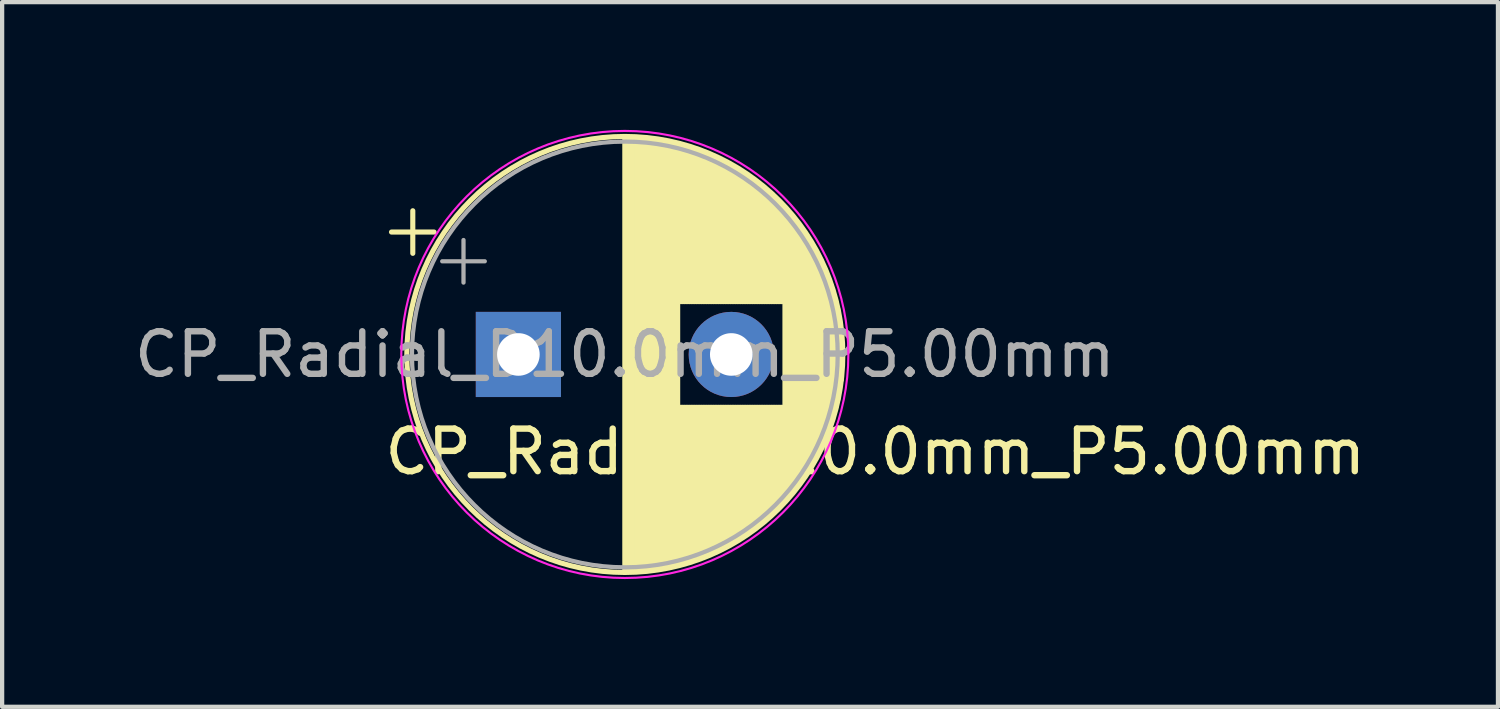
<source format=kicad_pcb>
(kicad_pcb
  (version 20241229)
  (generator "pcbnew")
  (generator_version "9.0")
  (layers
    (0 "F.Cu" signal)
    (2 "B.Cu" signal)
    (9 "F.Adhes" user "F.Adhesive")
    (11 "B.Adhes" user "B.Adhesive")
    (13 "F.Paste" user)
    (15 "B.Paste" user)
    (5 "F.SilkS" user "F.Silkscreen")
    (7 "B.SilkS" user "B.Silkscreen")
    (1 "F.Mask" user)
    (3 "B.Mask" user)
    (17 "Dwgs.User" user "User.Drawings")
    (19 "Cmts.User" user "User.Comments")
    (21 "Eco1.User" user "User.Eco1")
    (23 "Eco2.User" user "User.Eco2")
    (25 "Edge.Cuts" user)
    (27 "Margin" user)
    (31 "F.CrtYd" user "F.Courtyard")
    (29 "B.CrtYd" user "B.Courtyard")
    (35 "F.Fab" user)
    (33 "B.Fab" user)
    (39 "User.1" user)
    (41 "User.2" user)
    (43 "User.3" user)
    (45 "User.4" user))
  (footprint "CP_Radial_D10.0mm_P5.00mm"
    (layer "F.Cu")
    (at 9.125 5.275)
    (property "Reference" "CP_Radial_D10.0mm_P5.00mm" (at 8.382 2.286 0) (layer "F.SilkS") (effects (font (size 1 1) (thickness 0.15))))
    (attr through_hole)
    (fp_line (start -2.98 -2.875) (end -1.98 -2.875) (stroke (width 0.12) (type solid)) (layer "F.SilkS"))
    (fp_line (start -2.48 -3.375) (end -2.48 -2.375) (stroke (width 0.12) (type solid)) (layer "F.SilkS"))
    (fp_line (start 2.5 -5.08) (end 2.5 5.08) (stroke (width 0.12) (type solid)) (layer "F.SilkS"))
    (fp_line (start 2.54 -5.08) (end 2.54 5.08) (stroke (width 0.12) (type solid)) (layer "F.SilkS"))
    (fp_line (start 2.58 -5.08) (end 2.58 5.08) (stroke (width 0.12) (type solid)) (layer "F.SilkS"))
    (fp_line (start 2.62 -5.079) (end 2.62 5.079) (stroke (width 0.12) (type solid)) (layer "F.SilkS"))
    (fp_line (start 2.66 -5.078) (end 2.66 5.078) (stroke (width 0.12) (type solid)) (layer "F.SilkS"))
    (fp_line (start 2.7 -5.077) (end 2.7 5.077) (stroke (width 0.12) (type solid)) (layer "F.SilkS"))
    (fp_line (start 2.74 -5.075) (end 2.74 5.075) (stroke (width 0.12) (type solid)) (layer "F.SilkS"))
    (fp_line (start 2.78 -5.073) (end 2.78 5.073) (stroke (width 0.12) (type solid)) (layer "F.SilkS"))
    (fp_line (start 2.82 -5.07) (end 2.82 5.07) (stroke (width 0.12) (type solid)) (layer "F.SilkS"))
    (fp_line (start 2.86 -5.068) (end 2.86 5.068) (stroke (width 0.12) (type solid)) (layer "F.SilkS"))
    (fp_line (start 2.9 -5.065) (end 2.9 5.065) (stroke (width 0.12) (type solid)) (layer "F.SilkS"))
    (fp_line (start 2.94 -5.062) (end 2.94 5.062) (stroke (width 0.12) (type solid)) (layer "F.SilkS"))
    (fp_line (start 2.98 -5.058) (end 2.98 5.058) (stroke (width 0.12) (type solid)) (layer "F.SilkS"))
    (fp_line (start 3.02 -5.054) (end 3.02 5.054) (stroke (width 0.12) (type solid)) (layer "F.SilkS"))
    (fp_line (start 3.06 -5.05) (end 3.06 5.05) (stroke (width 0.12) (type solid)) (layer "F.SilkS"))
    (fp_line (start 3.1 -5.045) (end 3.1 5.045) (stroke (width 0.12) (type solid)) (layer "F.SilkS"))
    (fp_line (start 3.14 -5.04) (end 3.14 5.04) (stroke (width 0.12) (type solid)) (layer "F.SilkS"))
    (fp_line (start 3.18 -5.035) (end 3.18 5.035) (stroke (width 0.12) (type solid)) (layer "F.SilkS"))
    (fp_line (start 3.221 -5.03) (end 3.221 5.03) (stroke (width 0.12) (type solid)) (layer "F.SilkS"))
    (fp_line (start 3.261 -5.024) (end 3.261 5.024) (stroke (width 0.12) (type solid)) (layer "F.SilkS"))
    (fp_line (start 3.301 -5.018) (end 3.301 5.018) (stroke (width 0.12) (type solid)) (layer "F.SilkS"))
    (fp_line (start 3.341 -5.011) (end 3.341 5.011) (stroke (width 0.12) (type solid)) (layer "F.SilkS"))
    (fp_line (start 3.381 -5.004) (end 3.381 5.004) (stroke (width 0.12) (type solid)) (layer "F.SilkS"))
    (fp_line (start 3.421 -4.997) (end 3.421 4.997) (stroke (width 0.12) (type solid)) (layer "F.SilkS"))
    (fp_line (start 3.461 -4.99) (end 3.461 4.99) (stroke (width 0.12) (type solid)) (layer "F.SilkS"))
    (fp_line (start 3.501 -4.982) (end 3.501 4.982) (stroke (width 0.12) (type solid)) (layer "F.SilkS"))
    (fp_line (start 3.541 -4.974) (end 3.541 4.974) (stroke (width 0.12) (type solid)) (layer "F.SilkS"))
    (fp_line (start 3.581 -4.965) (end 3.581 4.965) (stroke (width 0.12) (type solid)) (layer "F.SilkS"))
    (fp_line (start 3.621 -4.956) (end 3.621 4.956) (stroke (width 0.12) (type solid)) (layer "F.SilkS"))
    (fp_line (start 3.661 -4.947) (end 3.661 4.947) (stroke (width 0.12) (type solid)) (layer "F.SilkS"))
    (fp_line (start 3.701 -4.938) (end 3.701 4.938) (stroke (width 0.12) (type solid)) (layer "F.SilkS"))
    (fp_line (start 3.741 -4.928) (end 3.741 4.928) (stroke (width 0.12) (type solid)) (layer "F.SilkS"))
    (fp_line (start 3.781 -4.918) (end 3.781 -1.241) (stroke (width 0.12) (type solid)) (layer "F.SilkS"))
    (fp_line (start 3.781 1.241) (end 3.781 4.918) (stroke (width 0.12) (type solid)) (layer "F.SilkS"))
    (fp_line (start 3.821 -4.907) (end 3.821 -1.241) (stroke (width 0.12) (type solid)) (layer "F.SilkS"))
    (fp_line (start 3.821 1.241) (end 3.821 4.907) (stroke (width 0.12) (type solid)) (layer "F.SilkS"))
    (fp_line (start 3.861 -4.897) (end 3.861 -1.241) (stroke (width 0.12) (type solid)) (layer "F.SilkS"))
    (fp_line (start 3.861 1.241) (end 3.861 4.897) (stroke (width 0.12) (type solid)) (layer "F.SilkS"))
    (fp_line (start 3.901 -4.885) (end 3.901 -1.241) (stroke (width 0.12) (type solid)) (layer "F.SilkS"))
    (fp_line (start 3.901 1.241) (end 3.901 4.885) (stroke (width 0.12) (type solid)) (layer "F.SilkS"))
    (fp_line (start 3.941 -4.874) (end 3.941 -1.241) (stroke (width 0.12) (type solid)) (layer "F.SilkS"))
    (fp_line (start 3.941 1.241) (end 3.941 4.874) (stroke (width 0.12) (type solid)) (layer "F.SilkS"))
    (fp_line (start 3.981 -4.862) (end 3.981 -1.241) (stroke (width 0.12) (type solid)) (layer "F.SilkS"))
    (fp_line (start 3.981 1.241) (end 3.981 4.862) (stroke (width 0.12) (type solid)) (layer "F.SilkS"))
    (fp_line (start 4.021 -4.85) (end 4.021 -1.241) (stroke (width 0.12) (type solid)) (layer "F.SilkS"))
    (fp_line (start 4.021 1.241) (end 4.021 4.85) (stroke (width 0.12) (type solid)) (layer "F.SilkS"))
    (fp_line (start 4.061 -4.837) (end 4.061 -1.241) (stroke (width 0.12) (type solid)) (layer "F.SilkS"))
    (fp_line (start 4.061 1.241) (end 4.061 4.837) (stroke (width 0.12) (type solid)) (layer "F.SilkS"))
    (fp_line (start 4.101 -4.824) (end 4.101 -1.241) (stroke (width 0.12) (type solid)) (layer "F.SilkS"))
    (fp_line (start 4.101 1.241) (end 4.101 4.824) (stroke (width 0.12) (type solid)) (layer "F.SilkS"))
    (fp_line (start 4.141 -4.811) (end 4.141 -1.241) (stroke (width 0.12) (type solid)) (layer "F.SilkS"))
    (fp_line (start 4.141 1.241) (end 4.141 4.811) (stroke (width 0.12) (type solid)) (layer "F.SilkS"))
    (fp_line (start 4.181 -4.797) (end 4.181 -1.241) (stroke (width 0.12) (type solid)) (layer "F.SilkS"))
    (fp_line (start 4.181 1.241) (end 4.181 4.797) (stroke (width 0.12) (type solid)) (layer "F.SilkS"))
    (fp_line (start 4.221 -4.783) (end 4.221 -1.241) (stroke (width 0.12) (type solid)) (layer "F.SilkS"))
    (fp_line (start 4.221 1.241) (end 4.221 4.783) (stroke (width 0.12) (type solid)) (layer "F.SilkS"))
    (fp_line (start 4.261 -4.768) (end 4.261 -1.241) (stroke (width 0.12) (type solid)) (layer "F.SilkS"))
    (fp_line (start 4.261 1.241) (end 4.261 4.768) (stroke (width 0.12) (type solid)) (layer "F.SilkS"))
    (fp_line (start 4.301 -4.754) (end 4.301 -1.241) (stroke (width 0.12) (type solid)) (layer "F.SilkS"))
    (fp_line (start 4.301 1.241) (end 4.301 4.754) (stroke (width 0.12) (type solid)) (layer "F.SilkS"))
    (fp_line (start 4.341 -4.738) (end 4.341 -1.241) (stroke (width 0.12) (type solid)) (layer "F.SilkS"))
    (fp_line (start 4.341 1.241) (end 4.341 4.738) (stroke (width 0.12) (type solid)) (layer "F.SilkS"))
    (fp_line (start 4.381 -4.723) (end 4.381 -1.241) (stroke (width 0.12) (type solid)) (layer "F.SilkS"))
    (fp_line (start 4.381 1.241) (end 4.381 4.723) (stroke (width 0.12) (type solid)) (layer "F.SilkS"))
    (fp_line (start 4.421 -4.707) (end 4.421 -1.241) (stroke (width 0.12) (type solid)) (layer "F.SilkS"))
    (fp_line (start 4.421 1.241) (end 4.421 4.707) (stroke (width 0.12) (type solid)) (layer "F.SilkS"))
    (fp_line (start 4.461 -4.69) (end 4.461 -1.241) (stroke (width 0.12) (type solid)) (layer "F.SilkS"))
    (fp_line (start 4.461 1.241) (end 4.461 4.69) (stroke (width 0.12) (type solid)) (layer "F.SilkS"))
    (fp_line (start 4.501 -4.674) (end 4.501 -1.241) (stroke (width 0.12) (type solid)) (layer "F.SilkS"))
    (fp_line (start 4.501 1.241) (end 4.501 4.674) (stroke (width 0.12) (type solid)) (layer "F.SilkS"))
    (fp_line (start 4.541 -4.657) (end 4.541 -1.241) (stroke (width 0.12) (type solid)) (layer "F.SilkS"))
    (fp_line (start 4.541 1.241) (end 4.541 4.657) (stroke (width 0.12) (type solid)) (layer "F.SilkS"))
    (fp_line (start 4.581 -4.639) (end 4.581 -1.241) (stroke (width 0.12) (type solid)) (layer "F.SilkS"))
    (fp_line (start 4.581 1.241) (end 4.581 4.639) (stroke (width 0.12) (type solid)) (layer "F.SilkS"))
    (fp_line (start 4.621 -4.621) (end 4.621 -1.241) (stroke (width 0.12) (type solid)) (layer "F.SilkS"))
    (fp_line (start 4.621 1.241) (end 4.621 4.621) (stroke (width 0.12) (type solid)) (layer "F.SilkS"))
    (fp_line (start 4.661 -4.603) (end 4.661 -1.241) (stroke (width 0.12) (type solid)) (layer "F.SilkS"))
    (fp_line (start 4.661 1.241) (end 4.661 4.603) (stroke (width 0.12) (type solid)) (layer "F.SilkS"))
    (fp_line (start 4.701 -4.584) (end 4.701 -1.241) (stroke (width 0.12) (type solid)) (layer "F.SilkS"))
    (fp_line (start 4.701 1.241) (end 4.701 4.584) (stroke (width 0.12) (type solid)) (layer "F.SilkS"))
    (fp_line (start 4.741 -4.564) (end 4.741 -1.241) (stroke (width 0.12) (type solid)) (layer "F.SilkS"))
    (fp_line (start 4.741 1.241) (end 4.741 4.564) (stroke (width 0.12) (type solid)) (layer "F.SilkS"))
    (fp_line (start 4.781 -4.545) (end 4.781 -1.241) (stroke (width 0.12) (type solid)) (layer "F.SilkS"))
    (fp_line (start 4.781 1.241) (end 4.781 4.545) (stroke (width 0.12) (type solid)) (layer "F.SilkS"))
    (fp_line (start 4.821 -4.525) (end 4.821 -1.241) (stroke (width 0.12) (type solid)) (layer "F.SilkS"))
    (fp_line (start 4.821 1.241) (end 4.821 4.525) (stroke (width 0.12) (type solid)) (layer "F.SilkS"))
    (fp_line (start 4.861 -4.504) (end 4.861 -1.241) (stroke (width 0.12) (type solid)) (layer "F.SilkS"))
    (fp_line (start 4.861 1.241) (end 4.861 4.504) (stroke (width 0.12) (type solid)) (layer "F.SilkS"))
    (fp_line (start 4.901 -4.483) (end 4.901 -1.241) (stroke (width 0.12) (type solid)) (layer "F.SilkS"))
    (fp_line (start 4.901 1.241) (end 4.901 4.483) (stroke (width 0.12) (type solid)) (layer "F.SilkS"))
    (fp_line (start 4.941 -4.462) (end 4.941 -1.241) (stroke (width 0.12) (type solid)) (layer "F.SilkS"))
    (fp_line (start 4.941 1.241) (end 4.941 4.462) (stroke (width 0.12) (type solid)) (layer "F.SilkS"))
    (fp_line (start 4.981 -4.44) (end 4.981 -1.241) (stroke (width 0.12) (type solid)) (layer "F.SilkS"))
    (fp_line (start 4.981 1.241) (end 4.981 4.44) (stroke (width 0.12) (type solid)) (layer "F.SilkS"))
    (fp_line (start 5.021 -4.417) (end 5.021 -1.241) (stroke (width 0.12) (type solid)) (layer "F.SilkS"))
    (fp_line (start 5.021 1.241) (end 5.021 4.417) (stroke (width 0.12) (type solid)) (layer "F.SilkS"))
    (fp_line (start 5.061 -4.395) (end 5.061 -1.241) (stroke (width 0.12) (type solid)) (layer "F.SilkS"))
    (fp_line (start 5.061 1.241) (end 5.061 4.395) (stroke (width 0.12) (type solid)) (layer "F.SilkS"))
    (fp_line (start 5.101 -4.371) (end 5.101 -1.241) (stroke (width 0.12) (type solid)) (layer "F.SilkS"))
    (fp_line (start 5.101 1.241) (end 5.101 4.371) (stroke (width 0.12) (type solid)) (layer "F.SilkS"))
    (fp_line (start 5.141 -4.347) (end 5.141 -1.241) (stroke (width 0.12) (type solid)) (layer "F.SilkS"))
    (fp_line (start 5.141 1.241) (end 5.141 4.347) (stroke (width 0.12) (type solid)) (layer "F.SilkS"))
    (fp_line (start 5.181 -4.323) (end 5.181 -1.241) (stroke (width 0.12) (type solid)) (layer "F.SilkS"))
    (fp_line (start 5.181 1.241) (end 5.181 4.323) (stroke (width 0.12) (type solid)) (layer "F.SilkS"))
    (fp_line (start 5.221 -4.298) (end 5.221 -1.241) (stroke (width 0.12) (type solid)) (layer "F.SilkS"))
    (fp_line (start 5.221 1.241) (end 5.221 4.298) (stroke (width 0.12) (type solid)) (layer "F.SilkS"))
    (fp_line (start 5.261 -4.273) (end 5.261 -1.241) (stroke (width 0.12) (type solid)) (layer "F.SilkS"))
    (fp_line (start 5.261 1.241) (end 5.261 4.273) (stroke (width 0.12) (type solid)) (layer "F.SilkS"))
    (fp_line (start 5.301 -4.247) (end 5.301 -1.241) (stroke (width 0.12) (type solid)) (layer "F.SilkS"))
    (fp_line (start 5.301 1.241) (end 5.301 4.247) (stroke (width 0.12) (type solid)) (layer "F.SilkS"))
    (fp_line (start 5.341 -4.221) (end 5.341 -1.241) (stroke (width 0.12) (type solid)) (layer "F.SilkS"))
    (fp_line (start 5.341 1.241) (end 5.341 4.221) (stroke (width 0.12) (type solid)) (layer "F.SilkS"))
    (fp_line (start 5.381 -4.194) (end 5.381 -1.241) (stroke (width 0.12) (type solid)) (layer "F.SilkS"))
    (fp_line (start 5.381 1.241) (end 5.381 4.194) (stroke (width 0.12) (type solid)) (layer "F.SilkS"))
    (fp_line (start 5.421 -4.166) (end 5.421 -1.241) (stroke (width 0.12) (type solid)) (layer "F.SilkS"))
    (fp_line (start 5.421 1.241) (end 5.421 4.166) (stroke (width 0.12) (type solid)) (layer "F.SilkS"))
    (fp_line (start 5.461 -4.138) (end 5.461 -1.241) (stroke (width 0.12) (type solid)) (layer "F.SilkS"))
    (fp_line (start 5.461 1.241) (end 5.461 4.138) (stroke (width 0.12) (type solid)) (layer "F.SilkS"))
    (fp_line (start 5.501 -4.11) (end 5.501 -1.241) (stroke (width 0.12) (type solid)) (layer "F.SilkS"))
    (fp_line (start 5.501 1.241) (end 5.501 4.11) (stroke (width 0.12) (type solid)) (layer "F.SilkS"))
    (fp_line (start 5.541 -4.08) (end 5.541 -1.241) (stroke (width 0.12) (type solid)) (layer "F.SilkS"))
    (fp_line (start 5.541 1.241) (end 5.541 4.08) (stroke (width 0.12) (type solid)) (layer "F.SilkS"))
    (fp_line (start 5.581 -4.05) (end 5.581 -1.241) (stroke (width 0.12) (type solid)) (layer "F.SilkS"))
    (fp_line (start 5.581 1.241) (end 5.581 4.05) (stroke (width 0.12) (type solid)) (layer "F.SilkS"))
    (fp_line (start 5.621 -4.02) (end 5.621 -1.241) (stroke (width 0.12) (type solid)) (layer "F.SilkS"))
    (fp_line (start 5.621 1.241) (end 5.621 4.02) (stroke (width 0.12) (type solid)) (layer "F.SilkS"))
    (fp_line (start 5.661 -3.989) (end 5.661 -1.241) (stroke (width 0.12) (type solid)) (layer "F.SilkS"))
    (fp_line (start 5.661 1.241) (end 5.661 3.989) (stroke (width 0.12) (type solid)) (layer "F.SilkS"))
    (fp_line (start 5.701 -3.957) (end 5.701 -1.241) (stroke (width 0.12) (type solid)) (layer "F.SilkS"))
    (fp_line (start 5.701 1.241) (end 5.701 3.957) (stroke (width 0.12) (type solid)) (layer "F.SilkS"))
    (fp_line (start 5.741 -3.925) (end 5.741 -1.241) (stroke (width 0.12) (type solid)) (layer "F.SilkS"))
    (fp_line (start 5.741 1.241) (end 5.741 3.925) (stroke (width 0.12) (type solid)) (layer "F.SilkS"))
    (fp_line (start 5.781 -3.892) (end 5.781 -1.241) (stroke (width 0.12) (type solid)) (layer "F.SilkS"))
    (fp_line (start 5.781 1.241) (end 5.781 3.892) (stroke (width 0.12) (type solid)) (layer "F.SilkS"))
    (fp_line (start 5.821 -3.858) (end 5.821 -1.241) (stroke (width 0.12) (type solid)) (layer "F.SilkS"))
    (fp_line (start 5.821 1.241) (end 5.821 3.858) (stroke (width 0.12) (type solid)) (layer "F.SilkS"))
    (fp_line (start 5.861 -3.824) (end 5.861 -1.241) (stroke (width 0.12) (type solid)) (layer "F.SilkS"))
    (fp_line (start 5.861 1.241) (end 5.861 3.824) (stroke (width 0.12) (type solid)) (layer "F.SilkS"))
    (fp_line (start 5.901 -3.789) (end 5.901 -1.241) (stroke (width 0.12) (type solid)) (layer "F.SilkS"))
    (fp_line (start 5.901 1.241) (end 5.901 3.789) (stroke (width 0.12) (type solid)) (layer "F.SilkS"))
    (fp_line (start 5.941 -3.753) (end 5.941 -1.241) (stroke (width 0.12) (type solid)) (layer "F.SilkS"))
    (fp_line (start 5.941 1.241) (end 5.941 3.753) (stroke (width 0.12) (type solid)) (layer "F.SilkS"))
    (fp_line (start 5.981 -3.716) (end 5.981 -1.241) (stroke (width 0.12) (type solid)) (layer "F.SilkS"))
    (fp_line (start 5.981 1.241) (end 5.981 3.716) (stroke (width 0.12) (type solid)) (layer "F.SilkS"))
    (fp_line (start 6.021 -3.679) (end 6.021 -1.241) (stroke (width 0.12) (type solid)) (layer "F.SilkS"))
    (fp_line (start 6.021 1.241) (end 6.021 3.679) (stroke (width 0.12) (type solid)) (layer "F.SilkS"))
    (fp_line (start 6.061 -3.64) (end 6.061 -1.241) (stroke (width 0.12) (type solid)) (layer "F.SilkS"))
    (fp_line (start 6.061 1.241) (end 6.061 3.64) (stroke (width 0.12) (type solid)) (layer "F.SilkS"))
    (fp_line (start 6.101 -3.601) (end 6.101 -1.241) (stroke (width 0.12) (type solid)) (layer "F.SilkS"))
    (fp_line (start 6.101 1.241) (end 6.101 3.601) (stroke (width 0.12) (type solid)) (layer "F.SilkS"))
    (fp_line (start 6.141 -3.561) (end 6.141 -1.241) (stroke (width 0.12) (type solid)) (layer "F.SilkS"))
    (fp_line (start 6.141 1.241) (end 6.141 3.561) (stroke (width 0.12) (type solid)) (layer "F.SilkS"))
    (fp_line (start 6.181 -3.52) (end 6.181 -1.241) (stroke (width 0.12) (type solid)) (layer "F.SilkS"))
    (fp_line (start 6.181 1.241) (end 6.181 3.52) (stroke (width 0.12) (type solid)) (layer "F.SilkS"))
    (fp_line (start 6.221 -3.478) (end 6.221 -1.241) (stroke (width 0.12) (type solid)) (layer "F.SilkS"))
    (fp_line (start 6.221 1.241) (end 6.221 3.478) (stroke (width 0.12) (type solid)) (layer "F.SilkS"))
    (fp_line (start 6.261 -3.436) (end 6.261 3.436) (stroke (width 0.12) (type solid)) (layer "F.SilkS"))
    (fp_line (start 6.301 -3.392) (end 6.301 3.392) (stroke (width 0.12) (type solid)) (layer "F.SilkS"))
    (fp_line (start 6.341 -3.347) (end 6.341 3.347) (stroke (width 0.12) (type solid)) (layer "F.SilkS"))
    (fp_line (start 6.381 -3.301) (end 6.381 3.301) (stroke (width 0.12) (type solid)) (layer "F.SilkS"))
    (fp_line (start 6.421 -3.254) (end 6.421 3.254) (stroke (width 0.12) (type solid)) (layer "F.SilkS"))
    (fp_line (start 6.461 -3.206) (end 6.461 3.206) (stroke (width 0.12) (type solid)) (layer "F.SilkS"))
    (fp_line (start 6.501 -3.156) (end 6.501 3.156) (stroke (width 0.12) (type solid)) (layer "F.SilkS"))
    (fp_line (start 6.541 -3.106) (end 6.541 3.106) (stroke (width 0.12) (type solid)) (layer "F.SilkS"))
    (fp_line (start 6.581 -3.054) (end 6.581 3.054) (stroke (width 0.12) (type solid)) (layer "F.SilkS"))
    (fp_line (start 6.621 -3) (end 6.621 3) (stroke (width 0.12) (type solid)) (layer "F.SilkS"))
    (fp_line (start 6.661 -2.945) (end 6.661 2.945) (stroke (width 0.12) (type solid)) (layer "F.SilkS"))
    (fp_line (start 6.701 -2.889) (end 6.701 2.889) (stroke (width 0.12) (type solid)) (layer "F.SilkS"))
    (fp_line (start 6.741 -2.83) (end 6.741 2.83) (stroke (width 0.12) (type solid)) (layer "F.SilkS"))
    (fp_line (start 6.781 -2.77) (end 6.781 2.77) (stroke (width 0.12) (type solid)) (layer "F.SilkS"))
    (fp_line (start 6.821 -2.709) (end 6.821 2.709) (stroke (width 0.12) (type solid)) (layer "F.SilkS"))
    (fp_line (start 6.861 -2.645) (end 6.861 2.645) (stroke (width 0.12) (type solid)) (layer "F.SilkS"))
    (fp_line (start 6.901 -2.579) (end 6.901 2.579) (stroke (width 0.12) (type solid)) (layer "F.SilkS"))
    (fp_line (start 6.941 -2.51) (end 6.941 2.51) (stroke (width 0.12) (type solid)) (layer "F.SilkS"))
    (fp_line (start 6.981 -2.439) (end 6.981 2.439) (stroke (width 0.12) (type solid)) (layer "F.SilkS"))
    (fp_line (start 7.021 -2.365) (end 7.021 2.365) (stroke (width 0.12) (type solid)) (layer "F.SilkS"))
    (fp_line (start 7.061 -2.289) (end 7.061 2.289) (stroke (width 0.12) (type solid)) (layer "F.SilkS"))
    (fp_line (start 7.101 -2.209) (end 7.101 2.209) (stroke (width 0.12) (type solid)) (layer "F.SilkS"))
    (fp_line (start 7.141 -2.125) (end 7.141 2.125) (stroke (width 0.12) (type solid)) (layer "F.SilkS"))
    (fp_line (start 7.181 -2.037) (end 7.181 2.037) (stroke (width 0.12) (type solid)) (layer "F.SilkS"))
    (fp_line (start 7.221 -1.944) (end 7.221 1.944) (stroke (width 0.12) (type solid)) (layer "F.SilkS"))
    (fp_line (start 7.261 -1.846) (end 7.261 1.846) (stroke (width 0.12) (type solid)) (layer "F.SilkS"))
    (fp_line (start 7.301 -1.742) (end 7.301 1.742) (stroke (width 0.12) (type solid)) (layer "F.SilkS"))
    (fp_line (start 7.341 -1.63) (end 7.341 1.63) (stroke (width 0.12) (type solid)) (layer "F.SilkS"))
    (fp_line (start 7.381 -1.51) (end 7.381 1.51) (stroke (width 0.12) (type solid)) (layer "F.SilkS"))
    (fp_line (start 7.421 -1.378) (end 7.421 1.378) (stroke (width 0.12) (type solid)) (layer "F.SilkS"))
    (fp_line (start 7.461 -1.23) (end 7.461 1.23) (stroke (width 0.12) (type solid)) (layer "F.SilkS"))
    (fp_line (start 7.501 -1.062) (end 7.501 1.062) (stroke (width 0.12) (type solid)) (layer "F.SilkS"))
    (fp_line (start 7.541 -0.862) (end 7.541 0.862) (stroke (width 0.12) (type solid)) (layer "F.SilkS"))
    (fp_line (start 7.581 -0.599) (end 7.581 0.599) (stroke (width 0.12) (type solid)) (layer "F.SilkS"))
    (fp_circle (center 2.5 0) (end 7.62 0) (stroke (width 0.12) (type solid)) (fill no) (layer "F.SilkS"))
    (fp_circle (center 2.5 0) (end 7.75 0) (stroke (width 0.05) (type solid)) (fill no) (layer "F.CrtYd"))
    (fp_line (start -1.789 -2.188) (end -0.789 -2.188) (stroke (width 0.1) (type solid)) (layer "F.Fab"))
    (fp_line (start -1.289 -2.688) (end -1.289 -1.688) (stroke (width 0.1) (type solid)) (layer "F.Fab"))
    (fp_circle (center 2.5 0) (end 7.5 0) (stroke (width 0.1) (type solid)) (fill no) (layer "F.Fab"))
    (fp_text user "${REFERENCE}" (at 2.5 0 0) (layer "F.Fab") (effects (font (size 1 1) (thickness 0.15))))
    (pad "1" thru_hole rect (at 0 0) (size 2 2) (drill 1) (layers "*.Cu" "*.Mask"))
    (pad "2" thru_hole circle (at 5 0) (size 2 2) (drill 1) (layers "*.Cu" "*.Mask")))
  (gr_rect
    (start -3 -3)
    (end 32.132 13.55)
    (stroke (width 0.1) (type default))
    (fill no)
    (layer "Edge.Cuts")))
</source>
